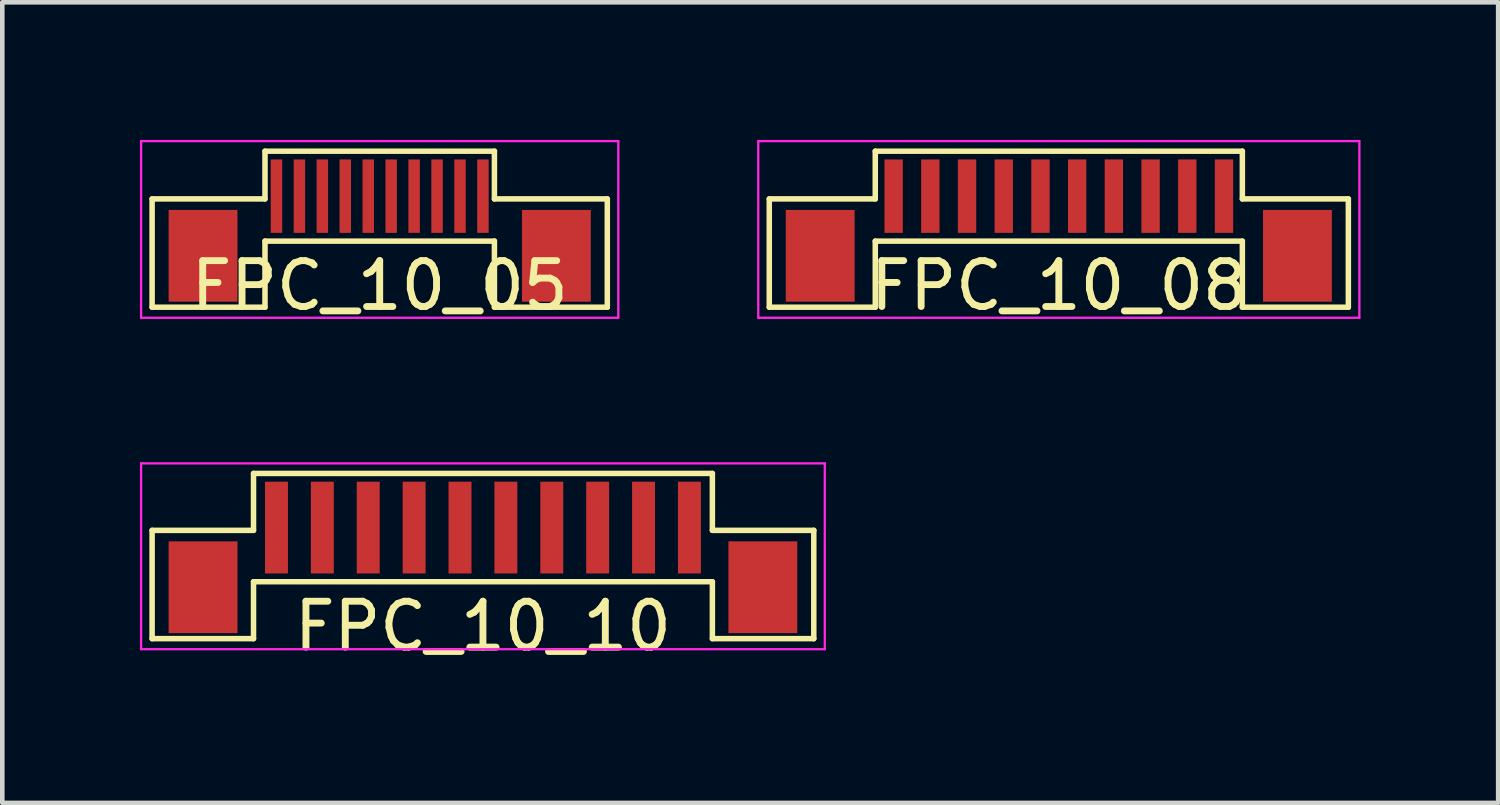
<source format=kicad_pcb>
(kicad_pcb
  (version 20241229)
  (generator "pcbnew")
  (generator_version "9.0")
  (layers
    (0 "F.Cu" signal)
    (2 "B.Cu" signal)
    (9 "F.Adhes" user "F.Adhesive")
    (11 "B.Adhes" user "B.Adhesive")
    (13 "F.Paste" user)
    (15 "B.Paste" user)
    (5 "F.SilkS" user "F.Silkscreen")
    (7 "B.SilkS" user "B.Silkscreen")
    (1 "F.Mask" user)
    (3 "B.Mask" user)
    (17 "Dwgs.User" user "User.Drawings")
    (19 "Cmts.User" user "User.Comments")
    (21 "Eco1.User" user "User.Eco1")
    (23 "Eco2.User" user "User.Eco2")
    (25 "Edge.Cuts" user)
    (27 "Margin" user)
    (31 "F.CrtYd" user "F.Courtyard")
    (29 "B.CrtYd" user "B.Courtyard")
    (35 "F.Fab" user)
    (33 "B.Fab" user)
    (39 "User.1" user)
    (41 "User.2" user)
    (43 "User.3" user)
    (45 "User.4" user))
  (footprint "FPC_10_10"
    (layer "F.Cu")
    (at 7.475 8.448)
    (property "Reference" "FPC_10_10" (at 0 2.15 0) (layer "F.SilkS") (effects (font (size 1 1) (thickness 0.15))))
    (attr through_hole)
    (fp_line (start -7.21 0.06) (end -5 0.06) (stroke (width 0.12) (type solid)) (layer "F.SilkS"))
    (fp_line (start -7.21 2.42) (end -7.21 0.06) (stroke (width 0.12) (type solid)) (layer "F.SilkS"))
    (fp_line (start -5 -1.18) (end 5 -1.18) (stroke (width 0.12) (type solid)) (layer "F.SilkS"))
    (fp_line (start -5 0.06) (end -5 -1.18) (stroke (width 0.12) (type solid)) (layer "F.SilkS"))
    (fp_line (start -5 1.18) (end -5 2.42) (stroke (width 0.12) (type solid)) (layer "F.SilkS"))
    (fp_line (start -5 1.18) (end 5 1.18) (stroke (width 0.12) (type solid)) (layer "F.SilkS"))
    (fp_line (start -5 2.42) (end -7.21 2.42) (stroke (width 0.12) (type solid)) (layer "F.SilkS"))
    (fp_line (start 5 0.06) (end 5 -1.18) (stroke (width 0.12) (type solid)) (layer "F.SilkS"))
    (fp_line (start 5 1.18) (end 5 2.42) (stroke (width 0.12) (type solid)) (layer "F.SilkS"))
    (fp_line (start 5 2.42) (end 7.21 2.42) (stroke (width 0.12) (type solid)) (layer "F.SilkS"))
    (fp_line (start 7.21 0.06) (end 5 0.06) (stroke (width 0.12) (type solid)) (layer "F.SilkS"))
    (fp_line (start 7.21 2.42) (end 7.21 0.06) (stroke (width 0.12) (type solid)) (layer "F.SilkS"))
    (fp_line (start -7.45 -1.4) (end -7.45 2.65) (stroke (width 0.05) (type solid)) (layer "F.CrtYd"))
    (fp_line (start -7.45 -1.4) (end 7.45 -1.4) (stroke (width 0.05) (type solid)) (layer "F.CrtYd"))
    (fp_line (start -7.45 2.65) (end 7.45 2.65) (stroke (width 0.05) (type solid)) (layer "F.CrtYd"))
    (fp_line (start 7.45 -1.4) (end 7.45 2.65) (stroke (width 0.05) (type solid)) (layer "F.CrtYd"))
    (pad "1" smd rect (at -4.5 0) (size 0.5 2) (layers "F.Cu" "F.Mask" "F.Paste"))
    (pad "2" smd rect (at -3.5 0) (size 0.5 2) (layers "F.Cu" "F.Mask" "F.Paste"))
    (pad "3" smd rect (at -2.5 0) (size 0.5 2) (layers "F.Cu" "F.Mask" "F.Paste"))
    (pad "4" smd rect (at -1.5 0) (size 0.5 2) (layers "F.Cu" "F.Mask" "F.Paste"))
    (pad "5" smd rect (at -0.5 0) (size 0.5 2) (layers "F.Cu" "F.Mask" "F.Paste"))
    (pad "6" smd rect (at 0.5 0) (size 0.5 2) (layers "F.Cu" "F.Mask" "F.Paste"))
    (pad "7" smd rect (at 1.5 0) (size 0.5 2) (layers "F.Cu" "F.Mask" "F.Paste"))
    (pad "8" smd rect (at 2.5 0) (size 0.5 2) (layers "F.Cu" "F.Mask" "F.Paste"))
    (pad "9" smd rect (at 3.5 0) (size 0.5 2) (layers "F.Cu" "F.Mask" "F.Paste"))
    (pad "10" smd rect (at 4.5 0) (size 0.5 2) (layers "F.Cu" "F.Mask" "F.Paste"))
    (pad "MP" smd rect (at -6.1 1.3) (size 1.5 2) (layers "F.Cu" "F.Mask" "F.Paste"))
    (pad "MP" smd rect (at 6.1 1.3) (size 1.5 2) (layers "F.Cu" "F.Mask" "F.Paste")))
  (footprint "FPC_10_05"
    (layer "F.Cu")
    (at 5.225 1.225)
    (property "Reference" "FPC_10_05" (at 0 1.95 0) (layer "F.SilkS") (effects (font (size 1 1) (thickness 0.15))))
    (attr through_hole)
    (fp_line (start -4.96 0.06) (end -2.5 0.06) (stroke (width 0.12) (type solid)) (layer "F.SilkS"))
    (fp_line (start -4.96 2.42) (end -4.96 0.06) (stroke (width 0.12) (type solid)) (layer "F.SilkS"))
    (fp_line (start -2.5 -0.98) (end 2.5 -0.98) (stroke (width 0.12) (type solid)) (layer "F.SilkS"))
    (fp_line (start -2.5 0.06) (end -2.5 -0.98) (stroke (width 0.12) (type solid)) (layer "F.SilkS"))
    (fp_line (start -2.5 0.98) (end -2.5 2.42) (stroke (width 0.12) (type solid)) (layer "F.SilkS"))
    (fp_line (start -2.5 0.98) (end 2.5 0.98) (stroke (width 0.12) (type solid)) (layer "F.SilkS"))
    (fp_line (start -2.5 2.42) (end -4.96 2.42) (stroke (width 0.12) (type solid)) (layer "F.SilkS"))
    (fp_line (start 2.5 0.06) (end 2.5 -0.98) (stroke (width 0.12) (type solid)) (layer "F.SilkS"))
    (fp_line (start 2.5 0.98) (end 2.5 2.42) (stroke (width 0.12) (type solid)) (layer "F.SilkS"))
    (fp_line (start 2.5 2.42) (end 4.96 2.42) (stroke (width 0.12) (type solid)) (layer "F.SilkS"))
    (fp_line (start 4.96 0.06) (end 2.5 0.06) (stroke (width 0.12) (type solid)) (layer "F.SilkS"))
    (fp_line (start 4.96 2.42) (end 4.96 0.06) (stroke (width 0.12) (type solid)) (layer "F.SilkS"))
    (fp_line (start -5.2 -1.2) (end -5.2 2.65) (stroke (width 0.05) (type solid)) (layer "F.CrtYd"))
    (fp_line (start -5.2 -1.2) (end 5.2 -1.2) (stroke (width 0.05) (type solid)) (layer "F.CrtYd"))
    (fp_line (start -5.2 2.65) (end 5.2 2.65) (stroke (width 0.05) (type solid)) (layer "F.CrtYd"))
    (fp_line (start 5.2 -1.2) (end 5.2 2.65) (stroke (width 0.05) (type solid)) (layer "F.CrtYd"))
    (pad "1" smd rect (at -2.25 0) (size 0.25 1.6) (layers "F.Cu" "F.Mask" "F.Paste"))
    (pad "2" smd rect (at -1.75 0) (size 0.25 1.6) (layers "F.Cu" "F.Mask" "F.Paste"))
    (pad "3" smd rect (at -1.25 0) (size 0.25 1.6) (layers "F.Cu" "F.Mask" "F.Paste"))
    (pad "4" smd rect (at -0.75 0) (size 0.25 1.6) (layers "F.Cu" "F.Mask" "F.Paste"))
    (pad "5" smd rect (at -0.25 0) (size 0.25 1.6) (layers "F.Cu" "F.Mask" "F.Paste"))
    (pad "6" smd rect (at 0.25 0) (size 0.25 1.6) (layers "F.Cu" "F.Mask" "F.Paste"))
    (pad "7" smd rect (at 0.75 0) (size 0.25 1.6) (layers "F.Cu" "F.Mask" "F.Paste"))
    (pad "8" smd rect (at 1.25 0) (size 0.25 1.6) (layers "F.Cu" "F.Mask" "F.Paste"))
    (pad "9" smd rect (at 1.75 0) (size 0.25 1.6) (layers "F.Cu" "F.Mask" "F.Paste"))
    (pad "10" smd rect (at 2.25 0) (size 0.25 1.6) (layers "F.Cu" "F.Mask" "F.Paste"))
    (pad "MP" smd rect (at -3.85 1.3) (size 1.5 2) (layers "F.Cu" "F.Mask" "F.Paste"))
    (pad "MP" smd rect (at 3.85 1.3) (size 1.5 2) (layers "F.Cu" "F.Mask" "F.Paste")))
  (footprint "FPC_10_08"
    (layer "F.Cu")
    (at 20.025 1.225)
    (property "Reference" "FPC_10_08" (at 0 1.95 0) (layer "F.SilkS") (effects (font (size 1 1) (thickness 0.15))))
    (attr through_hole)
    (fp_line (start -6.31 0.06) (end -4 0.06) (stroke (width 0.12) (type solid)) (layer "F.SilkS"))
    (fp_line (start -6.31 2.42) (end -6.31 0.06) (stroke (width 0.12) (type solid)) (layer "F.SilkS"))
    (fp_line (start -4 -0.98) (end 4 -0.98) (stroke (width 0.12) (type solid)) (layer "F.SilkS"))
    (fp_line (start -4 0.06) (end -4 -0.98) (stroke (width 0.12) (type solid)) (layer "F.SilkS"))
    (fp_line (start -4 0.98) (end -4 2.42) (stroke (width 0.12) (type solid)) (layer "F.SilkS"))
    (fp_line (start -4 0.98) (end 4 0.98) (stroke (width 0.12) (type solid)) (layer "F.SilkS"))
    (fp_line (start -4 2.42) (end -6.31 2.42) (stroke (width 0.12) (type solid)) (layer "F.SilkS"))
    (fp_line (start 4 0.06) (end 4 -0.98) (stroke (width 0.12) (type solid)) (layer "F.SilkS"))
    (fp_line (start 4 0.98) (end 4 2.42) (stroke (width 0.12) (type solid)) (layer "F.SilkS"))
    (fp_line (start 4 2.42) (end 6.31 2.42) (stroke (width 0.12) (type solid)) (layer "F.SilkS"))
    (fp_line (start 6.31 0.06) (end 4 0.06) (stroke (width 0.12) (type solid)) (layer "F.SilkS"))
    (fp_line (start 6.31 2.42) (end 6.31 0.06) (stroke (width 0.12) (type solid)) (layer "F.SilkS"))
    (fp_line (start -6.55 -1.2) (end -6.55 2.65) (stroke (width 0.05) (type solid)) (layer "F.CrtYd"))
    (fp_line (start -6.55 -1.2) (end 6.55 -1.2) (stroke (width 0.05) (type solid)) (layer "F.CrtYd"))
    (fp_line (start -6.55 2.65) (end 6.55 2.65) (stroke (width 0.05) (type solid)) (layer "F.CrtYd"))
    (fp_line (start 6.55 -1.2) (end 6.55 2.65) (stroke (width 0.05) (type solid)) (layer "F.CrtYd"))
    (pad "1" smd rect (at -3.6 0) (size 0.4 1.6) (layers "F.Cu" "F.Mask" "F.Paste"))
    (pad "2" smd rect (at -2.8 0) (size 0.4 1.6) (layers "F.Cu" "F.Mask" "F.Paste"))
    (pad "3" smd rect (at -2 0) (size 0.4 1.6) (layers "F.Cu" "F.Mask" "F.Paste"))
    (pad "4" smd rect (at -1.2 0) (size 0.4 1.6) (layers "F.Cu" "F.Mask" "F.Paste"))
    (pad "5" smd rect (at -0.4 0) (size 0.4 1.6) (layers "F.Cu" "F.Mask" "F.Paste"))
    (pad "6" smd rect (at 0.4 0) (size 0.4 1.6) (layers "F.Cu" "F.Mask" "F.Paste"))
    (pad "7" smd rect (at 1.2 0) (size 0.4 1.6) (layers "F.Cu" "F.Mask" "F.Paste"))
    (pad "8" smd rect (at 2 0) (size 0.4 1.6) (layers "F.Cu" "F.Mask" "F.Paste"))
    (pad "9" smd rect (at 2.8 0) (size 0.4 1.6) (layers "F.Cu" "F.Mask" "F.Paste"))
    (pad "10" smd rect (at 3.6 0) (size 0.4 1.6) (layers "F.Cu" "F.Mask" "F.Paste"))
    (pad "MP" smd rect (at -5.2 1.3) (size 1.5 2) (layers "F.Cu" "F.Mask" "F.Paste"))
    (pad "MP" smd rect (at 5.2 1.3) (size 1.5 2) (layers "F.Cu" "F.Mask" "F.Paste")))
  (gr_rect
    (start -3 -3)
    (end 29.6 14.447)
    (stroke (width 0.1) (type default))
    (fill no)
    (layer "Edge.Cuts")))
</source>
